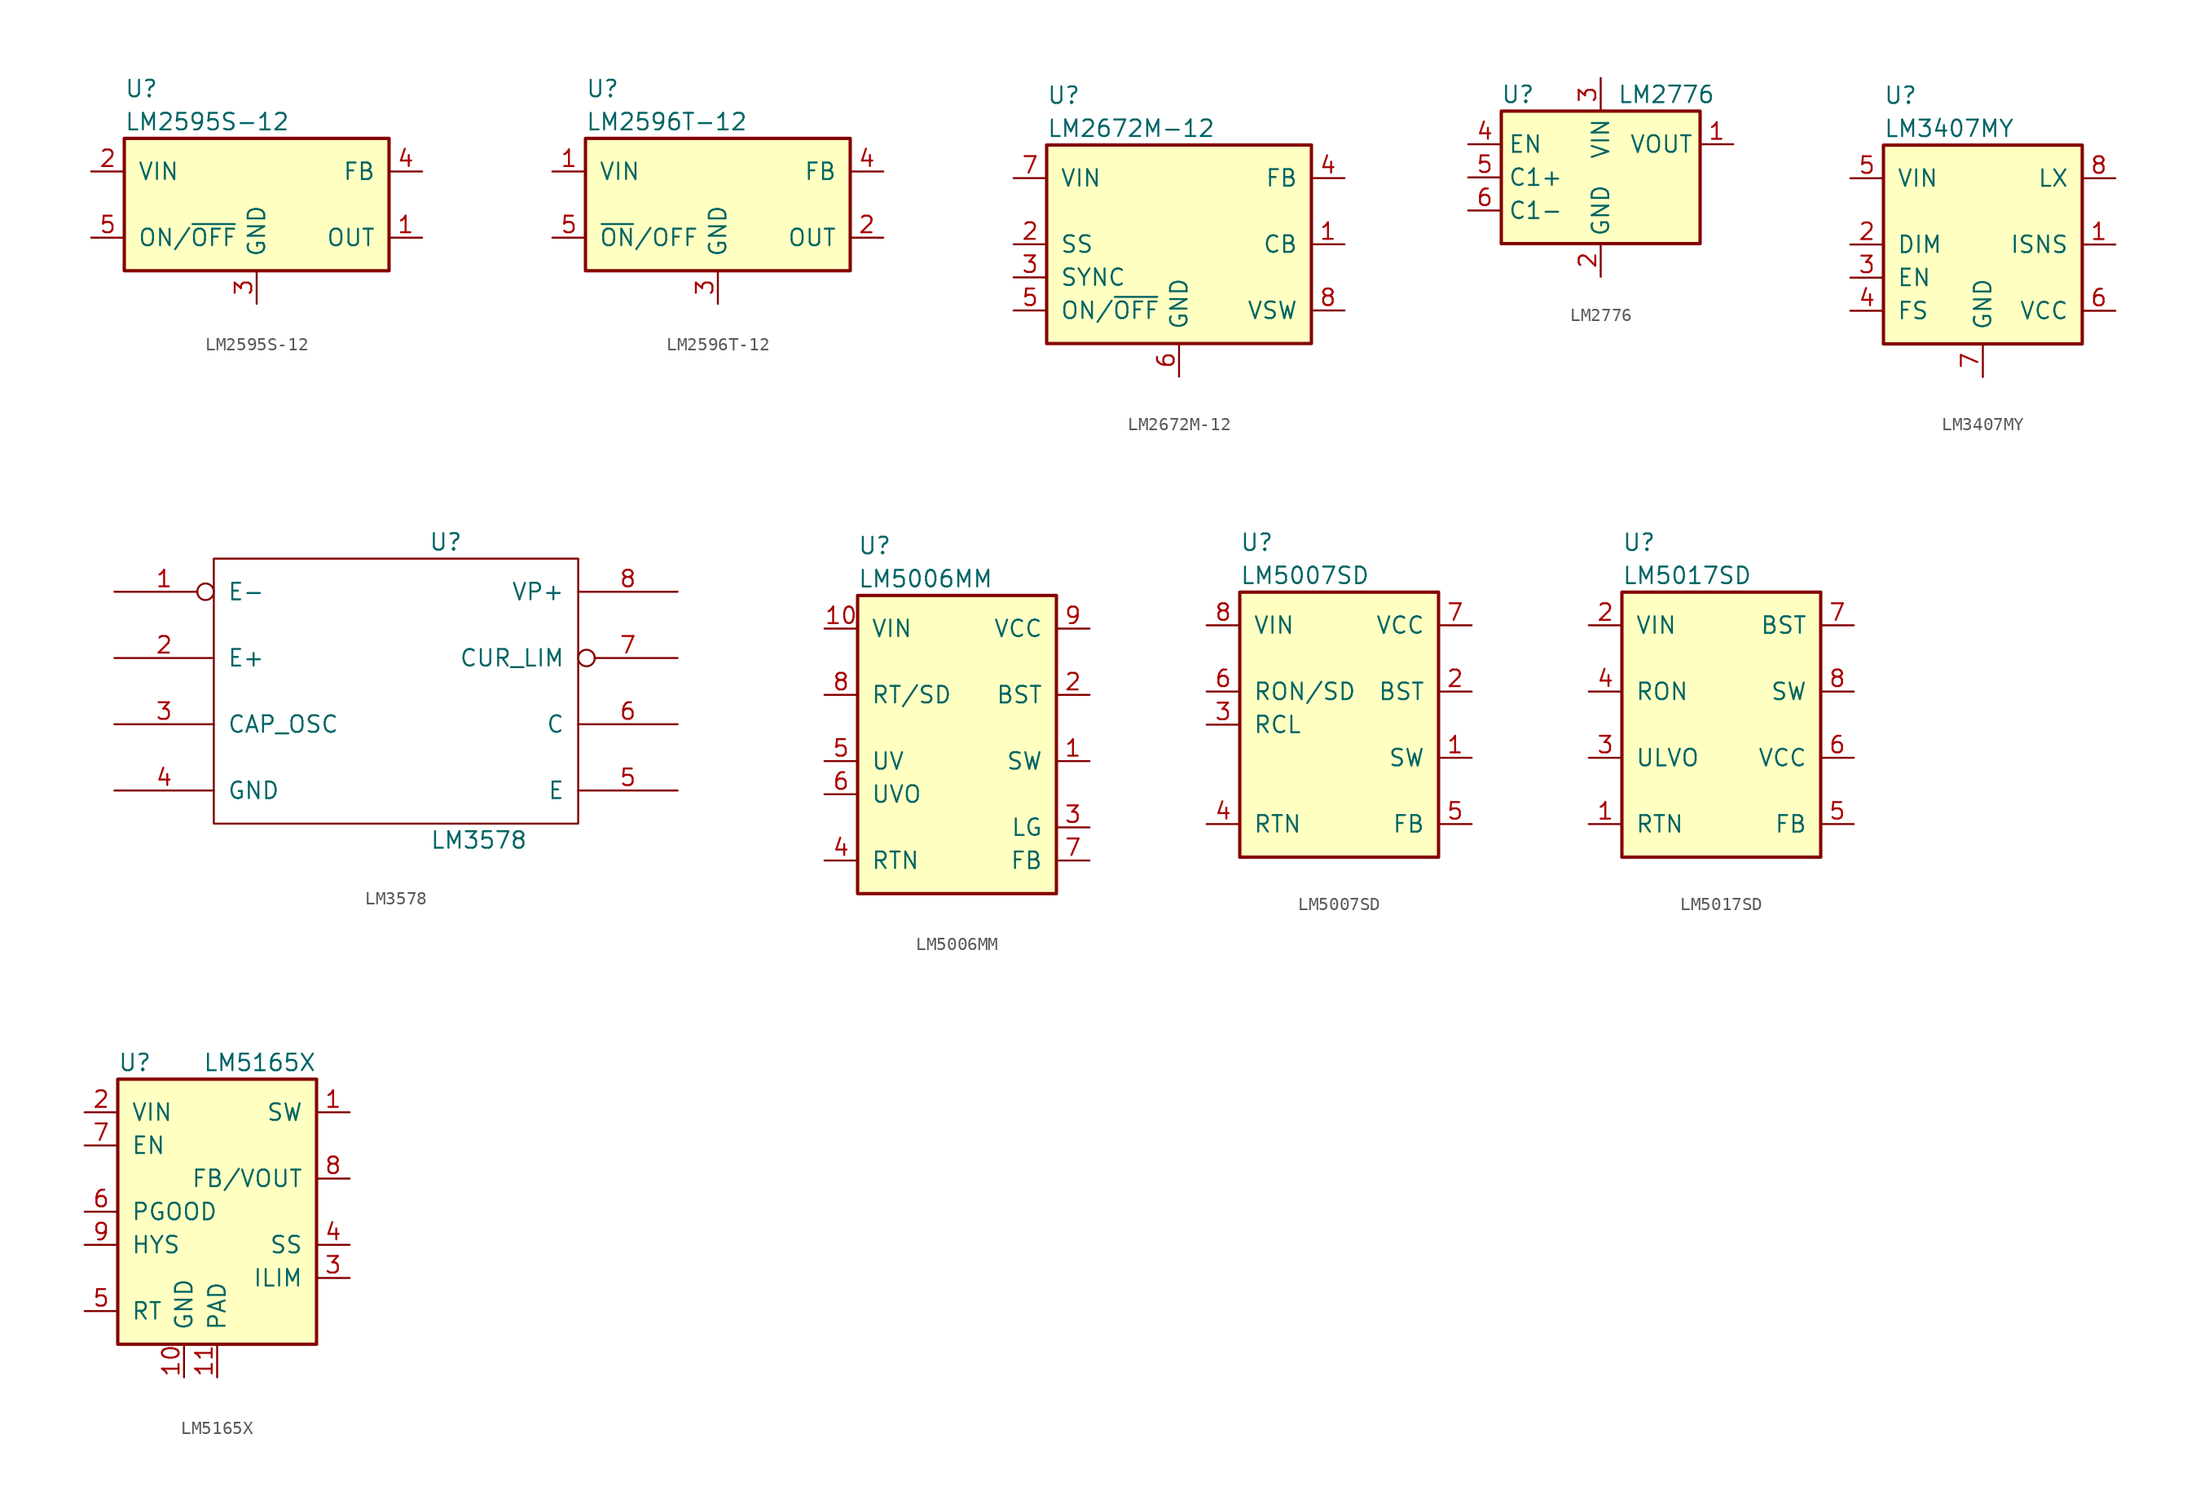
<source format=kicad_sym>
(kicad_symbol_lib
  (version 20211014)
  (generator kicad_symbol_editor)
  (symbol "LM2595S-12"
    (pin_names
      (offset 1.016))
    (property "Reference" "U"
      (at -10.16 8.89 0)
      (effects (font (size 1.27 1.27)) (justify left)))
    (property "Value" "LM2595S-12"
      (at -10.16 6.35 0)
      (effects (font (size 1.27 1.27)) (justify left)))
    (symbol "LM2595S-12_0_1"
      (rectangle (start -10.16 5.08) (end 10.16 -5.08) (stroke (width 0.254) (type default) (color 0 0 0 0)) (fill (type background))))
    (symbol "LM2595S-12_1_1"
      (pin output line (at 12.7 -2.54 180) (length 2.54) (name "OUT" (effects (font (size 1.27 1.27)))) (number "1" (effects (font (size 1.27 1.27)))))
      (pin power_in line (at -12.7 2.54 0) (length 2.54) (name "VIN" (effects (font (size 1.27 1.27)))) (number "2" (effects (font (size 1.27 1.27)))))
      (pin power_in line (at 0 -7.62 90) (length 2.54) (name "GND" (effects (font (size 1.27 1.27)))) (number "3" (effects (font (size 1.27 1.27)))))
      (pin input line (at 12.7 2.54 180) (length 2.54) (name "FB" (effects (font (size 1.27 1.27)))) (number "4" (effects (font (size 1.27 1.27)))))
      (pin input line (at -12.7 -2.54 0) (length 2.54) (name "ON/~{OFF}" (effects (font (size 1.27 1.27)))) (number "5" (effects (font (size 1.27 1.27)))))))
  (symbol "LM2596T-12"
    (pin_names
      (offset 1.016))
    (property "Reference" "U"
      (at -10.16 8.89 0)
      (effects (font (size 1.27 1.27)) (justify left)))
    (property "Value" "LM2596T-12"
      (at -10.16 6.35 0)
      (effects (font (size 1.27 1.27)) (justify left)))
    (symbol "LM2596T-12_0_1"
      (rectangle (start -10.16 5.08) (end 10.16 -5.08) (stroke (width 0.254) (type default) (color 0 0 0 0)) (fill (type background))))
    (symbol "LM2596T-12_1_1"
      (pin power_in line (at -12.7 2.54 0) (length 2.54) (name "VIN" (effects (font (size 1.27 1.27)))) (number "1" (effects (font (size 1.27 1.27)))))
      (pin output line (at 12.7 -2.54 180) (length 2.54) (name "OUT" (effects (font (size 1.27 1.27)))) (number "2" (effects (font (size 1.27 1.27)))))
      (pin power_in line (at 0 -7.62 90) (length 2.54) (name "GND" (effects (font (size 1.27 1.27)))) (number "3" (effects (font (size 1.27 1.27)))))
      (pin input line (at 12.7 2.54 180) (length 2.54) (name "FB" (effects (font (size 1.27 1.27)))) (number "4" (effects (font (size 1.27 1.27)))))
      (pin input line (at -12.7 -2.54 0) (length 2.54) (name "~{ON}/OFF" (effects (font (size 1.27 1.27)))) (number "5" (effects (font (size 1.27 1.27)))))))
  (symbol "LM2672M-12"
    (pin_names
      (offset 1.016))
    (property "Reference" "U"
      (at -10.16 11.43 0)
      (effects (font (size 1.27 1.27)) (justify left)))
    (property "Value" "LM2672M-12"
      (at -10.16 8.89 0)
      (effects (font (size 1.27 1.27)) (justify left)))
    (symbol "LM2672M-12_0_1"
      (rectangle (start -10.16 7.62) (end 10.16 -7.62) (stroke (width 0.254) (type default) (color 0 0 0 0)) (fill (type background))))
    (symbol "LM2672M-12_1_1"
      (pin input line (at 12.7 0 180) (length 2.54) (name "CB" (effects (font (size 1.27 1.27)))) (number "1" (effects (font (size 1.27 1.27)))))
      (pin input line (at -12.7 0 0) (length 2.54) (name "SS" (effects (font (size 1.27 1.27)))) (number "2" (effects (font (size 1.27 1.27)))))
      (pin input line (at -12.7 -2.54 0) (length 2.54) (name "SYNC" (effects (font (size 1.27 1.27)))) (number "3" (effects (font (size 1.27 1.27)))))
      (pin input line (at 12.7 5.08 180) (length 2.54) (name "FB" (effects (font (size 1.27 1.27)))) (number "4" (effects (font (size 1.27 1.27)))))
      (pin input line (at -12.7 -5.08 0) (length 2.54) (name "ON/~{OFF}" (effects (font (size 1.27 1.27)))) (number "5" (effects (font (size 1.27 1.27)))))
      (pin power_in line (at 0 -10.16 90) (length 2.54) (name "GND" (effects (font (size 1.27 1.27)))) (number "6" (effects (font (size 1.27 1.27)))))
      (pin power_in line (at -12.7 5.08 0) (length 2.54) (name "VIN" (effects (font (size 1.27 1.27)))) (number "7" (effects (font (size 1.27 1.27)))))
      (pin output line (at 12.7 -5.08 180) (length 2.54) (name "VSW" (effects (font (size 1.27 1.27)))) (number "8" (effects (font (size 1.27 1.27)))))))
  (symbol "LM2776"
    (property "Reference" "U"
      (at -6.35 6.35 0)
      (effects (font (size 1.27 1.27))))
    (property "Value" "LM2776"
      (at 1.27 6.35 0)
      (effects (font (size 1.27 1.27)) (justify left)))
    (symbol "LM2776_0_1"
      (rectangle (start -7.62 5.08) (end 7.62 -5.08) (stroke (width 0.254) (type default) (color 0 0 0 0)) (fill (type background))))
    (symbol "LM2776_1_1"
      (pin power_out line (at 10.16 2.54 180) (length 2.54) (name "VOUT" (effects (font (size 1.27 1.27)))) (number "1" (effects (font (size 1.27 1.27)))))
      (pin power_in line (at 0 -7.62 90) (length 2.54) (name "GND" (effects (font (size 1.27 1.27)))) (number "2" (effects (font (size 1.27 1.27)))))
      (pin power_in line (at 0 7.62 270) (length 2.54) (name "VIN" (effects (font (size 1.27 1.27)))) (number "3" (effects (font (size 1.27 1.27)))))
      (pin input line (at -10.16 2.54 0) (length 2.54) (name "EN" (effects (font (size 1.27 1.27)))) (number "4" (effects (font (size 1.27 1.27)))))
      (pin passive line (at -10.16 0 0) (length 2.54) (name "C1+" (effects (font (size 1.27 1.27)))) (number "5" (effects (font (size 1.27 1.27)))))
      (pin passive line (at -10.16 -2.54 0) (length 2.54) (name "C1-" (effects (font (size 1.27 1.27)))) (number "6" (effects (font (size 1.27 1.27)))))))
  (symbol "LM3407MY"
    (pin_names
      (offset 1.016))
    (property "Reference" "U"
      (at -7.62 11.43 0)
      (effects (font (size 1.27 1.27)) (justify left)))
    (property "Value" "LM3407MY"
      (at -7.62 8.89 0)
      (effects (font (size 1.27 1.27)) (justify left)))
    (symbol "LM3407MY_0_1"
      (rectangle (start -7.62 7.62) (end 7.62 -7.62) (stroke (width 0.254) (type default) (color 0 0 0 0)) (fill (type background))))
    (symbol "LM3407MY_1_1"
      (pin output line (at 10.16 0 180) (length 2.54) (name "ISNS" (effects (font (size 1.27 1.27)))) (number "1" (effects (font (size 1.27 1.27)))))
      (pin input line (at -10.16 0 0) (length 2.54) (name "DIM" (effects (font (size 1.27 1.27)))) (number "2" (effects (font (size 1.27 1.27)))))
      (pin input line (at -10.16 -2.54 0) (length 2.54) (name "EN" (effects (font (size 1.27 1.27)))) (number "3" (effects (font (size 1.27 1.27)))))
      (pin output line (at -10.16 -5.08 0) (length 2.54) (name "FS" (effects (font (size 1.27 1.27)))) (number "4" (effects (font (size 1.27 1.27)))))
      (pin input line (at -10.16 5.08 0) (length 2.54) (name "VIN" (effects (font (size 1.27 1.27)))) (number "5" (effects (font (size 1.27 1.27)))))
      (pin output line (at 10.16 -5.08 180) (length 2.54) (name "VCC" (effects (font (size 1.27 1.27)))) (number "6" (effects (font (size 1.27 1.27)))))
      (pin power_in line (at 0 -10.16 90) (length 2.54) (name "GND" (effects (font (size 1.27 1.27)))) (number "7" (effects (font (size 1.27 1.27)))))
      (pin output line (at 10.16 5.08 180) (length 2.54) (name "LX" (effects (font (size 1.27 1.27)))) (number "8" (effects (font (size 1.27 1.27)))))))
  (symbol "LM3578"
    (pin_names
      (offset 1.016))
    (property "Reference" "U"
      (at 3.81 11.43 0)
      (effects (font (size 1.27 1.27))))
    (property "Value" "LM3578"
      (at 6.35 -11.43 0)
      (effects (font (size 1.27 1.27))))
    (symbol "LM3578_0_1"
      (rectangle (start -13.97 -10.16) (end 13.97 10.16) (stroke (width 0) (type default) (color 0 0 0 0)) (fill (type none))))
    (symbol "LM3578_1_1"
      (pin input inverted (at -21.59 7.62 0) (length 7.62) (name "E-" (effects (font (size 1.27 1.27)))) (number "1" (effects (font (size 1.27 1.27)))))
      (pin input line (at -21.59 2.54 0) (length 7.62) (name "E+" (effects (font (size 1.27 1.27)))) (number "2" (effects (font (size 1.27 1.27)))))
      (pin input line (at -21.59 -2.54 0) (length 7.62) (name "CAP_OSC" (effects (font (size 1.27 1.27)))) (number "3" (effects (font (size 1.27 1.27)))))
      (pin power_in line (at -21.59 -7.62 0) (length 7.62) (name "GND" (effects (font (size 1.27 1.27)))) (number "4" (effects (font (size 1.27 1.27)))))
      (pin open_emitter line (at 21.59 -7.62 180) (length 7.62) (name "E" (effects (font (size 1.27 1.27)))) (number "5" (effects (font (size 1.27 1.27)))))
      (pin open_collector line (at 21.59 -2.54 180) (length 7.62) (name "C" (effects (font (size 1.27 1.27)))) (number "6" (effects (font (size 1.27 1.27)))))
      (pin input inverted (at 21.59 2.54 180) (length 7.62) (name "CUR_LIM" (effects (font (size 1.27 1.27)))) (number "7" (effects (font (size 1.27 1.27)))))
      (pin input line (at 21.59 7.62 180) (length 7.62) (name "VP+" (effects (font (size 1.27 1.27)))) (number "8" (effects (font (size 1.27 1.27)))))))
  (symbol "LM5006MM"
    (pin_names
      (offset 1.016))
    (property "Reference" "U"
      (at -7.62 16.51 0)
      (effects (font (size 1.27 1.27)) (justify left)))
    (property "Value" "LM5006MM"
      (at -7.62 13.97 0)
      (effects (font (size 1.27 1.27)) (justify left)))
    (symbol "LM5006MM_0_1"
      (rectangle (start -7.62 12.7) (end 7.62 -10.16) (stroke (width 0.254) (type default) (color 0 0 0 0)) (fill (type background))))
    (symbol "LM5006MM_1_1"
      (pin output line (at 10.16 0 180) (length 2.54) (name "SW" (effects (font (size 1.27 1.27)))) (number "1" (effects (font (size 1.27 1.27)))))
      (pin power_in line (at -10.16 10.16 0) (length 2.54) (name "VIN" (effects (font (size 1.27 1.27)))) (number "10" (effects (font (size 1.27 1.27)))))
      (pin input line (at 10.16 5.08 180) (length 2.54) (name "BST" (effects (font (size 1.27 1.27)))) (number "2" (effects (font (size 1.27 1.27)))))
      (pin output line (at 10.16 -5.08 180) (length 2.54) (name "LG" (effects (font (size 1.27 1.27)))) (number "3" (effects (font (size 1.27 1.27)))))
      (pin power_in line (at -10.16 -7.62 0) (length 2.54) (name "RTN" (effects (font (size 1.27 1.27)))) (number "4" (effects (font (size 1.27 1.27)))))
      (pin input line (at -10.16 0 0) (length 2.54) (name "UV" (effects (font (size 1.27 1.27)))) (number "5" (effects (font (size 1.27 1.27)))))
      (pin output line (at -10.16 -2.54 0) (length 2.54) (name "UVO" (effects (font (size 1.27 1.27)))) (number "6" (effects (font (size 1.27 1.27)))))
      (pin input line (at 10.16 -7.62 180) (length 2.54) (name "FB" (effects (font (size 1.27 1.27)))) (number "7" (effects (font (size 1.27 1.27)))))
      (pin input line (at -10.16 5.08 0) (length 2.54) (name "RT/SD" (effects (font (size 1.27 1.27)))) (number "8" (effects (font (size 1.27 1.27)))))
      (pin output line (at 10.16 10.16 180) (length 2.54) (name "VCC" (effects (font (size 1.27 1.27)))) (number "9" (effects (font (size 1.27 1.27)))))))
  (symbol "LM5007SD"
    (pin_names
      (offset 1.016))
    (property "Reference" "U"
      (at -7.62 13.97 0)
      (effects (font (size 1.27 1.27)) (justify left)))
    (property "Value" "LM5007SD"
      (at -7.62 11.43 0)
      (effects (font (size 1.27 1.27)) (justify left)))
    (symbol "LM5007SD_0_1"
      (rectangle (start -7.62 10.16) (end 7.62 -10.16) (stroke (width 0.254) (type default) (color 0 0 0 0)) (fill (type background))))
    (symbol "LM5007SD_1_1"
      (pin output line (at 10.16 -2.54 180) (length 2.54) (name "SW" (effects (font (size 1.27 1.27)))) (number "1" (effects (font (size 1.27 1.27)))))
      (pin input line (at 10.16 2.54 180) (length 2.54) (name "BST" (effects (font (size 1.27 1.27)))) (number "2" (effects (font (size 1.27 1.27)))))
      (pin input line (at -10.16 0 0) (length 2.54) (name "RCL" (effects (font (size 1.27 1.27)))) (number "3" (effects (font (size 1.27 1.27)))))
      (pin power_in line (at -10.16 -7.62 0) (length 2.54) (name "RTN" (effects (font (size 1.27 1.27)))) (number "4" (effects (font (size 1.27 1.27)))))
      (pin input line (at 10.16 -7.62 180) (length 2.54) (name "FB" (effects (font (size 1.27 1.27)))) (number "5" (effects (font (size 1.27 1.27)))))
      (pin input line (at -10.16 2.54 0) (length 2.54) (name "RON/SD" (effects (font (size 1.27 1.27)))) (number "6" (effects (font (size 1.27 1.27)))))
      (pin output line (at 10.16 7.62 180) (length 2.54) (name "VCC" (effects (font (size 1.27 1.27)))) (number "7" (effects (font (size 1.27 1.27)))))
      (pin input line (at -10.16 7.62 0) (length 2.54) (name "VIN" (effects (font (size 1.27 1.27)))) (number "8" (effects (font (size 1.27 1.27)))))))
  (symbol "LM5017SD"
    (pin_names
      (offset 1.016))
    (property "Reference" "U"
      (at -7.62 13.97 0)
      (effects (font (size 1.27 1.27)) (justify left)))
    (property "Value" "LM5017SD"
      (at -7.62 11.43 0)
      (effects (font (size 1.27 1.27)) (justify left)))
    (symbol "LM5017SD_0_1"
      (rectangle (start -7.62 10.16) (end 7.62 -10.16) (stroke (width 0.254) (type default) (color 0 0 0 0)) (fill (type background))))
    (symbol "LM5017SD_1_1"
      (pin power_in line (at -10.16 -7.62 0) (length 2.54) (name "RTN" (effects (font (size 1.27 1.27)))) (number "1" (effects (font (size 1.27 1.27)))))
      (pin input line (at -10.16 7.62 0) (length 2.54) (name "VIN" (effects (font (size 1.27 1.27)))) (number "2" (effects (font (size 1.27 1.27)))))
      (pin input line (at -10.16 -2.54 0) (length 2.54) (name "ULVO" (effects (font (size 1.27 1.27)))) (number "3" (effects (font (size 1.27 1.27)))))
      (pin input line (at -10.16 2.54 0) (length 2.54) (name "RON" (effects (font (size 1.27 1.27)))) (number "4" (effects (font (size 1.27 1.27)))))
      (pin input line (at 10.16 -7.62 180) (length 2.54) (name "FB" (effects (font (size 1.27 1.27)))) (number "5" (effects (font (size 1.27 1.27)))))
      (pin output line (at 10.16 -2.54 180) (length 2.54) (name "VCC" (effects (font (size 1.27 1.27)))) (number "6" (effects (font (size 1.27 1.27)))))
      (pin input line (at 10.16 7.62 180) (length 2.54) (name "BST" (effects (font (size 1.27 1.27)))) (number "7" (effects (font (size 1.27 1.27)))))
      (pin output line (at 10.16 2.54 180) (length 2.54) (name "SW" (effects (font (size 1.27 1.27)))) (number "8" (effects (font (size 1.27 1.27)))))))
  (symbol "LM5165X"
    (pin_names
      (offset 1.016))
    (property "Reference" "U"
      (at -7.62 11.43 0)
      (effects (font (size 1.27 1.27)) (justify left)))
    (property "Value" "LM5165X"
      (at 7.62 11.43 0)
      (effects (font (size 1.27 1.27)) (justify right)))
    (symbol "LM5165X_0_1"
      (rectangle (start -7.62 10.16) (end 7.62 -10.16) (stroke (width 0.254) (type default) (color 0 0 0 0)) (fill (type background))))
    (symbol "LM5165X_1_1"
      (pin power_out line (at 10.16 7.62 180) (length 2.54) (name "SW" (effects (font (size 1.27 1.27)))) (number "1" (effects (font (size 1.27 1.27)))))
      (pin power_in line (at -2.54 -12.7 90) (length 2.54) (name "GND" (effects (font (size 1.27 1.27)))) (number "10" (effects (font (size 1.27 1.27)))))
      (pin power_in line (at 0 -12.7 90) (length 2.54) (name "PAD" (effects (font (size 1.27 1.27)))) (number "11" (effects (font (size 1.27 1.27)))))
      (pin power_in line (at -10.16 7.62 0) (length 2.54) (name "VIN" (effects (font (size 1.27 1.27)))) (number "2" (effects (font (size 1.27 1.27)))))
      (pin input line (at 10.16 -5.08 180) (length 2.54) (name "ILIM" (effects (font (size 1.27 1.27)))) (number "3" (effects (font (size 1.27 1.27)))))
      (pin input line (at 10.16 -2.54 180) (length 2.54) (name "SS" (effects (font (size 1.27 1.27)))) (number "4" (effects (font (size 1.27 1.27)))))
      (pin input line (at -10.16 -7.62 0) (length 2.54) (name "RT" (effects (font (size 1.27 1.27)))) (number "5" (effects (font (size 1.27 1.27)))))
      (pin output line (at -10.16 0 0) (length 2.54) (name "PGOOD" (effects (font (size 1.27 1.27)))) (number "6" (effects (font (size 1.27 1.27)))))
      (pin input line (at -10.16 5.08 0) (length 2.54) (name "EN" (effects (font (size 1.27 1.27)))) (number "7" (effects (font (size 1.27 1.27)))))
      (pin input line (at 10.16 2.54 180) (length 2.54) (name "FB/VOUT" (effects (font (size 1.27 1.27)))) (number "8" (effects (font (size 1.27 1.27)))))
      (pin output line (at -10.16 -2.54 0) (length 2.54) (name "HYS" (effects (font (size 1.27 1.27)))) (number "9" (effects (font (size 1.27 1.27))))))))
</source>
